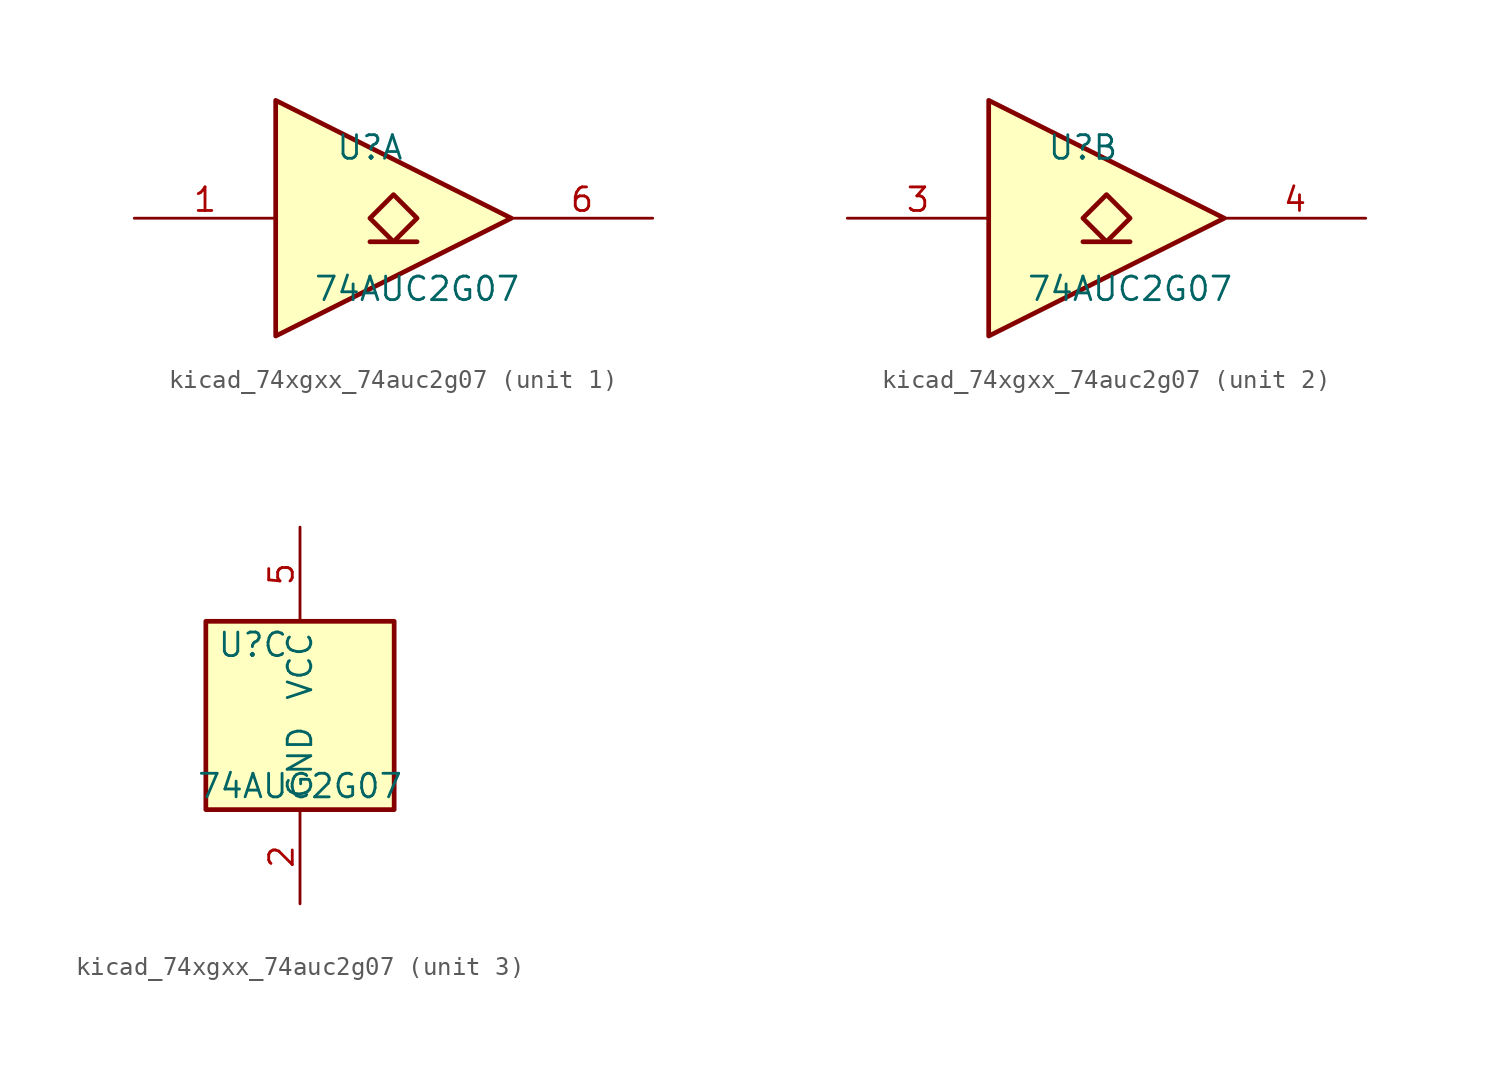
<source format=kicad_sym>
(kicad_symbol_lib
  (version 20220914)
  (generator kicad_symbol_editor)
  (symbol "kicad_74xgxx_74auc2g07"
    (property "Reference" "U"
      (at -2.54 3.81 0)
      (effects (font (size 1.27 1.27))))
    (property "Value" "74AUC2G07"
      (at 0 -3.81 0)
      (effects (font (size 1.27 1.27))))
    (symbol "kicad_74xgxx_74auc2g07_1_1"
      (polyline (pts (xy -2.54 -1.27) (xy 0 -1.27)) (stroke (width 0.254) (type default)) (fill (type background)))
      (polyline (pts (xy -7.62 6.35) (xy -7.62 -6.35) (xy 5.08 0) (xy -7.62 6.35)) (stroke (width 0.254) (type default)) (fill (type background)))
      (polyline (pts (xy -1.27 1.27) (xy -2.54 0) (xy -1.27 -1.27) (xy 0 0) (xy -1.27 1.27)) (stroke (width 0.254) (type default)) (fill (type background)))
      (pin input line (at -15.24 0 0) (length 7.62) (name "~" (effects (font (size 1.27 1.27)))) (number "1" (effects (font (size 1.27 1.27)))))
      (pin open_collector line (at 12.7 0 180) (length 7.62) (name "~" (effects (font (size 1.27 1.27)))) (number "6" (effects (font (size 1.27 1.27))))))
    (symbol "kicad_74xgxx_74auc2g07_2_1"
      (polyline (pts (xy -2.54 -1.27) (xy 0 -1.27)) (stroke (width 0.254) (type default)) (fill (type background)))
      (polyline (pts (xy -7.62 6.35) (xy -7.62 -6.35) (xy 5.08 0) (xy -7.62 6.35)) (stroke (width 0.254) (type default)) (fill (type background)))
      (polyline (pts (xy -1.27 1.27) (xy -2.54 0) (xy -1.27 -1.27) (xy 0 0) (xy -1.27 1.27)) (stroke (width 0.254) (type default)) (fill (type background)))
      (pin input line (at -15.24 0 0) (length 7.62) (name "~" (effects (font (size 1.27 1.27)))) (number "3" (effects (font (size 1.27 1.27)))))
      (pin open_collector line (at 12.7 0 180) (length 7.62) (name "~" (effects (font (size 1.27 1.27)))) (number "4" (effects (font (size 1.27 1.27))))))
    (symbol "kicad_74xgxx_74auc2g07_3_0"
      (rectangle (start -5.08 -5.08) (end 5.08 5.08) (stroke (width 0.254) (type default)) (fill (type background))))
    (symbol "kicad_74xgxx_74auc2g07_3_1"
      (pin power_in line (at 0 -10.16 90) (length 5.08) (name "GND" (effects (font (size 1.27 1.27)))) (number "2" (effects (font (size 1.27 1.27)))))
      (pin power_in line (at 0 10.16 270) (length 5.08) (name "VCC" (effects (font (size 1.27 1.27)))) (number "5" (effects (font (size 1.27 1.27))))))))
</source>
